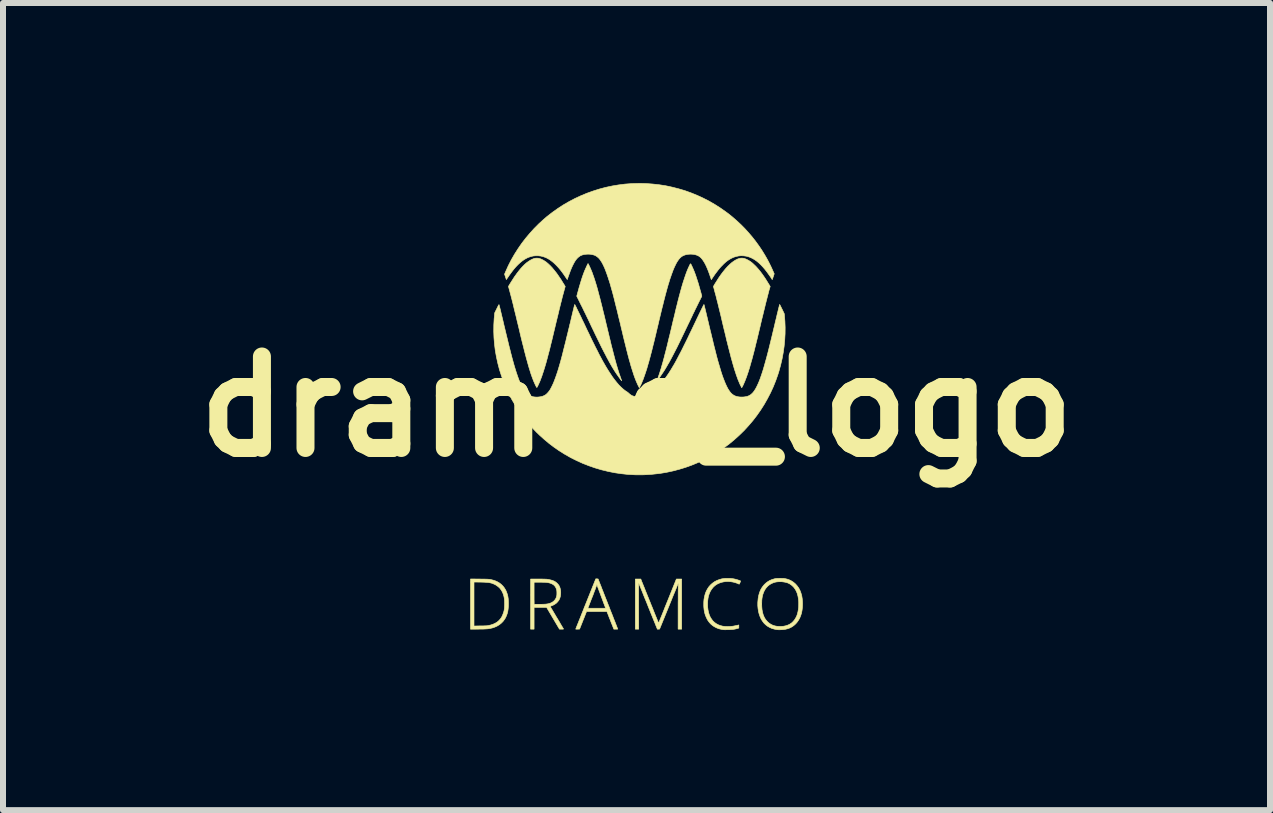
<source format=kicad_pcb>
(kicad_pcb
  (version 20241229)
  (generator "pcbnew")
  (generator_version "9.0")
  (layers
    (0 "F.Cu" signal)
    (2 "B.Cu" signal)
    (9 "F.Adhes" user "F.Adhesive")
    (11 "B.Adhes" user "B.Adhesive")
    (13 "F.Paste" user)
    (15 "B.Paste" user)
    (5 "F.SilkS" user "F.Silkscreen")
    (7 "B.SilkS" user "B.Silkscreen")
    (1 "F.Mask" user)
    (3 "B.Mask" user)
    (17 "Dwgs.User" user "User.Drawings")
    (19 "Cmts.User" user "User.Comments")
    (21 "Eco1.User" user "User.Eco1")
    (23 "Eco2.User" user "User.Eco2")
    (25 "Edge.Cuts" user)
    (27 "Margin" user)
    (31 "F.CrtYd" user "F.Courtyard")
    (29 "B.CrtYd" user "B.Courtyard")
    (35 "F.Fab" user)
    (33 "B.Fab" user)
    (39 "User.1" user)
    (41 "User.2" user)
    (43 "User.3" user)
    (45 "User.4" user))
  (footprint "dramco_logo"
    (layer "F.Cu")
    (at 7.555 3.724)
    (property "Reference" "dramco_logo" (at 0 0 0) (layer "F.SilkS") (effects (font (size 1.524 1.524) (thickness 0.3))))
    (attr through_hole)
    (fp_poly (pts (xy -0.806 -2.38) (xy -0.802 -2.374) (xy -0.797 -2.365) (xy -0.791 -2.352) (xy -0.784 -2.338) (xy -0.777 -2.323) (xy -0.77 -2.307) (xy -0.763 -2.291) (xy -0.756 -2.275) (xy -0.751 -2.262) (xy -0.74 -2.236) (xy -0.731 -2.21) (xy -0.721 -2.182) (xy -0.711 -2.154) (xy -0.701 -2.124) (xy -0.691 -2.093) (xy -0.681 -2.06) (xy -0.67 -2.025) (xy -0.659 -1.987) (xy -0.648 -1.948) (xy -0.637 -1.905) (xy -0.625 -1.86) (xy -0.612 -1.812) (xy -0.599 -1.76) (xy -0.585 -1.705) (xy -0.57 -1.645) (xy -0.555 -1.582) (xy -0.538 -1.515) (xy -0.521 -1.443) (xy -0.503 -1.366) (xy -0.5 -1.356) (xy -0.484 -1.287) (xy -0.468 -1.222) (xy -0.454 -1.162) (xy -0.44 -1.106) (xy -0.428 -1.054) (xy -0.416 -1.005) (xy -0.404 -0.96) (xy -0.393 -0.917) (xy -0.383 -0.877) (xy -0.373 -0.84) (xy -0.364 -0.805) (xy -0.355 -0.771) (xy -0.346 -0.74) (xy -0.338 -0.709) (xy -0.329 -0.68) (xy -0.321 -0.651) (xy -0.312 -0.623) (xy -0.306 -0.602) (xy -0.299 -0.581) (xy -0.292 -0.558) (xy -0.284 -0.535) (xy -0.276 -0.513) (xy -0.269 -0.492) (xy -0.262 -0.473) (xy -0.257 -0.457) (xy -0.252 -0.444) (xy -0.25 -0.441) (xy -0.248 -0.435) (xy -0.247 -0.431) (xy -0.247 -0.43) (xy -0.249 -0.432) (xy -0.253 -0.437) (xy -0.26 -0.445) (xy -0.268 -0.455) (xy -0.277 -0.467) (xy -0.278 -0.468) (xy -0.296 -0.493) (xy -0.315 -0.52) (xy -0.334 -0.547) (xy -0.353 -0.575) (xy -0.372 -0.605) (xy -0.391 -0.636) (xy -0.411 -0.669) (xy -0.431 -0.704) (xy -0.452 -0.741) (xy -0.473 -0.78) (xy -0.496 -0.822) (xy -0.519 -0.867) (xy -0.544 -0.914) (xy -0.57 -0.965) (xy -0.597 -1.019) (xy -0.625 -1.077) (xy -0.655 -1.138) (xy -0.687 -1.203) (xy -0.72 -1.273) (xy -0.756 -1.347) (xy -0.766 -1.369) (xy -0.782 -1.403) (xy -0.799 -1.439) (xy -0.817 -1.476) (xy -0.835 -1.513) (xy -0.853 -1.551) (xy -0.871 -1.587) (xy -0.888 -1.622) (xy -0.903 -1.654) (xy -0.918 -1.682) (xy -0.927 -1.7) (xy -0.996 -1.84) (xy -0.98 -1.899) (xy -0.96 -1.972) (xy -0.94 -2.04) (xy -0.921 -2.103) (xy -0.902 -2.162) (xy -0.883 -2.215) (xy -0.867 -2.257) (xy -0.862 -2.269) (xy -0.856 -2.282) (xy -0.85 -2.297) (xy -0.842 -2.313) (xy -0.835 -2.329) (xy -0.828 -2.344) (xy -0.822 -2.357) (xy -0.816 -2.368) (xy -0.812 -2.377) (xy -0.809 -2.382) (xy -0.808 -2.383) (xy -0.806 -2.38)) (stroke (width 0.01) (type solid)) (fill yes) (layer "F.SilkS"))
    (fp_poly (pts (xy -2.619 2.873) (xy -2.586 2.874) (xy -2.558 2.874) (xy -2.533 2.874) (xy -2.512 2.875) (xy -2.494 2.875) (xy -2.479 2.876) (xy -2.466 2.877) (xy -2.454 2.878) (xy -2.443 2.879) (xy -2.433 2.881) (xy -2.423 2.883) (xy -2.412 2.886) (xy -2.401 2.889) (xy -2.397 2.889) (xy -2.356 2.902) (xy -2.318 2.919) (xy -2.284 2.939) (xy -2.253 2.963) (xy -2.225 2.991) (xy -2.201 3.022) (xy -2.18 3.057) (xy -2.179 3.058) (xy -2.165 3.091) (xy -2.153 3.125) (xy -2.144 3.16) (xy -2.138 3.198) (xy -2.135 3.24) (xy -2.134 3.281) (xy -2.135 3.329) (xy -2.139 3.373) (xy -2.145 3.413) (xy -2.155 3.451) (xy -2.168 3.486) (xy -2.183 3.519) (xy -2.202 3.549) (xy -2.225 3.58) (xy -2.253 3.608) (xy -2.284 3.633) (xy -2.318 3.654) (xy -2.356 3.672) (xy -2.396 3.686) (xy -2.424 3.693) (xy -2.437 3.696) (xy -2.45 3.698) (xy -2.462 3.7) (xy -2.474 3.702) (xy -2.487 3.703) (xy -2.502 3.704) (xy -2.518 3.705) (xy -2.537 3.706) (xy -2.558 3.707) (xy -2.583 3.707) (xy -2.613 3.707) (xy -2.636 3.708) (xy -2.766 3.709) (xy -2.766 3.656) (xy -2.708 3.656) (xy -2.603 3.654) (xy -2.576 3.654) (xy -2.554 3.654) (xy -2.535 3.653) (xy -2.52 3.653) (xy -2.508 3.652) (xy -2.498 3.652) (xy -2.489 3.651) (xy -2.481 3.65) (xy -2.473 3.648) (xy -2.47 3.648) (xy -2.427 3.638) (xy -2.388 3.625) (xy -2.354 3.609) (xy -2.322 3.59) (xy -2.295 3.567) (xy -2.271 3.541) (xy -2.25 3.512) (xy -2.233 3.478) (xy -2.219 3.441) (xy -2.218 3.438) (xy -2.212 3.419) (xy -2.207 3.4) (xy -2.204 3.382) (xy -2.201 3.362) (xy -2.2 3.341) (xy -2.199 3.316) (xy -2.198 3.287) (xy -2.198 3.287) (xy -2.199 3.263) (xy -2.199 3.243) (xy -2.2 3.226) (xy -2.201 3.212) (xy -2.203 3.198) (xy -2.205 3.184) (xy -2.208 3.17) (xy -2.211 3.156) (xy -2.223 3.118) (xy -2.239 3.082) (xy -2.258 3.051) (xy -2.281 3.022) (xy -2.308 2.998) (xy -2.338 2.977) (xy -2.354 2.967) (xy -2.371 2.959) (xy -2.388 2.952) (xy -2.404 2.945) (xy -2.422 2.94) (xy -2.44 2.936) (xy -2.46 2.932) (xy -2.482 2.93) (xy -2.507 2.928) (xy -2.536 2.926) (xy -2.568 2.925) (xy -2.605 2.924) (xy -2.607 2.924) (xy -2.708 2.923) (xy -2.708 3.656) (xy -2.766 3.656) (xy -2.766 2.872) (xy -2.619 2.873)) (stroke (width 0.01) (type solid)) (fill yes) (layer "F.SilkS"))
    (fp_poly (pts (xy -1.632 -2.471) (xy -1.606 -2.464) (xy -1.578 -2.452) (xy -1.549 -2.437) (xy -1.538 -2.43) (xy -1.505 -2.408) (xy -1.472 -2.38) (xy -1.438 -2.348) (xy -1.403 -2.311) (xy -1.368 -2.268) (xy -1.331 -2.222) (xy -1.295 -2.17) (xy -1.257 -2.114) (xy -1.22 -2.053) (xy -1.216 -2.048) (xy -1.188 -2.001) (xy -1.195 -1.976) (xy -1.203 -1.948) (xy -1.211 -1.918) (xy -1.22 -1.884) (xy -1.23 -1.849) (xy -1.24 -1.81) (xy -1.25 -1.768) (xy -1.262 -1.723) (xy -1.274 -1.674) (xy -1.287 -1.622) (xy -1.3 -1.565) (xy -1.315 -1.504) (xy -1.331 -1.439) (xy -1.348 -1.369) (xy -1.353 -1.347) (xy -1.37 -1.276) (xy -1.386 -1.209) (xy -1.401 -1.146) (xy -1.415 -1.087) (xy -1.429 -1.033) (xy -1.441 -0.982) (xy -1.453 -0.934) (xy -1.465 -0.89) (xy -1.476 -0.848) (xy -1.486 -0.809) (xy -1.496 -0.773) (xy -1.505 -0.738) (xy -1.515 -0.705) (xy -1.524 -0.674) (xy -1.533 -0.644) (xy -1.542 -0.615) (xy -1.551 -0.587) (xy -1.56 -0.559) (xy -1.561 -0.558) (xy -1.568 -0.536) (xy -1.575 -0.514) (xy -1.583 -0.492) (xy -1.591 -0.471) (xy -1.598 -0.453) (xy -1.602 -0.441) (xy -1.609 -0.424) (xy -1.616 -0.407) (xy -1.624 -0.39) (xy -1.632 -0.373) (xy -1.639 -0.357) (xy -1.646 -0.343) (xy -1.652 -0.332) (xy -1.657 -0.323) (xy -1.66 -0.318) (xy -1.661 -0.318) (xy -1.663 -0.32) (xy -1.667 -0.326) (xy -1.672 -0.334) (xy -1.678 -0.345) (xy -1.68 -0.35) (xy -1.691 -0.372) (xy -1.701 -0.395) (xy -1.712 -0.419) (xy -1.722 -0.444) (xy -1.732 -0.471) (xy -1.743 -0.5) (xy -1.754 -0.531) (xy -1.765 -0.564) (xy -1.776 -0.6) (xy -1.788 -0.638) (xy -1.8 -0.679) (xy -1.812 -0.722) (xy -1.825 -0.769) (xy -1.839 -0.819) (xy -1.853 -0.873) (xy -1.868 -0.93) (xy -1.883 -0.992) (xy -1.9 -1.057) (xy -1.917 -1.126) (xy -1.935 -1.2) (xy -1.953 -1.279) (xy -1.972 -1.358) (xy -1.991 -1.435) (xy -2.008 -1.508) (xy -2.025 -1.576) (xy -2.041 -1.641) (xy -2.055 -1.701) (xy -2.069 -1.756) (xy -2.082 -1.807) (xy -2.094 -1.853) (xy -2.105 -1.894) (xy -2.112 -1.921) (xy -2.134 -2.002) (xy -2.106 -2.049) (xy -2.068 -2.109) (xy -2.032 -2.165) (xy -1.996 -2.215) (xy -1.961 -2.261) (xy -1.927 -2.302) (xy -1.894 -2.338) (xy -1.861 -2.371) (xy -1.828 -2.399) (xy -1.797 -2.421) (xy -1.767 -2.44) (xy -1.738 -2.455) (xy -1.711 -2.466) (xy -1.684 -2.472) (xy -1.658 -2.473) (xy -1.632 -2.471)) (stroke (width 0.01) (type solid)) (fill yes) (layer "F.SilkS"))
    (fp_poly (pts (xy 0.904 -2.376) (xy 0.908 -2.37) (xy 0.913 -2.36) (xy 0.915 -2.356) (xy 0.93 -2.324) (xy 0.946 -2.288) (xy 0.962 -2.25) (xy 0.978 -2.207) (xy 0.994 -2.161) (xy 1.01 -2.111) (xy 1.028 -2.056) (xy 1.045 -1.996) (xy 1.063 -1.932) (xy 1.066 -1.923) (xy 1.071 -1.904) (xy 1.076 -1.886) (xy 1.08 -1.87) (xy 1.083 -1.857) (xy 1.086 -1.848) (xy 1.087 -1.842) (xy 1.087 -1.841) (xy 1.086 -1.837) (xy 1.083 -1.83) (xy 1.078 -1.819) (xy 1.071 -1.806) (xy 1.064 -1.791) (xy 1.055 -1.774) (xy 1.054 -1.772) (xy 1.044 -1.752) (xy 1.033 -1.73) (xy 1.021 -1.705) (xy 1.008 -1.679) (xy 0.994 -1.65) (xy 0.978 -1.619) (xy 0.962 -1.584) (xy 0.943 -1.547) (xy 0.924 -1.505) (xy 0.902 -1.46) (xy 0.879 -1.411) (xy 0.853 -1.358) (xy 0.847 -1.345) (xy 0.813 -1.274) (xy 0.781 -1.207) (xy 0.751 -1.145) (xy 0.723 -1.087) (xy 0.696 -1.032) (xy 0.671 -0.981) (xy 0.646 -0.933) (xy 0.623 -0.888) (xy 0.601 -0.846) (xy 0.58 -0.806) (xy 0.56 -0.769) (xy 0.541 -0.734) (xy 0.521 -0.701) (xy 0.503 -0.669) (xy 0.485 -0.639) (xy 0.467 -0.609) (xy 0.449 -0.581) (xy 0.433 -0.558) (xy 0.421 -0.539) (xy 0.408 -0.521) (xy 0.396 -0.503) (xy 0.384 -0.487) (xy 0.373 -0.471) (xy 0.363 -0.458) (xy 0.354 -0.447) (xy 0.348 -0.439) (xy 0.343 -0.434) (xy 0.341 -0.432) (xy 0.34 -0.432) (xy 0.341 -0.435) (xy 0.344 -0.442) (xy 0.347 -0.451) (xy 0.351 -0.463) (xy 0.354 -0.47) (xy 0.363 -0.495) (xy 0.372 -0.521) (xy 0.381 -0.547) (xy 0.39 -0.575) (xy 0.399 -0.604) (xy 0.409 -0.635) (xy 0.418 -0.667) (xy 0.428 -0.702) (xy 0.439 -0.739) (xy 0.449 -0.778) (xy 0.461 -0.82) (xy 0.472 -0.865) (xy 0.485 -0.913) (xy 0.498 -0.965) (xy 0.512 -1.02) (xy 0.526 -1.079) (xy 0.541 -1.142) (xy 0.558 -1.209) (xy 0.575 -1.281) (xy 0.593 -1.357) (xy 0.597 -1.374) (xy 0.61 -1.43) (xy 0.624 -1.486) (xy 0.637 -1.539) (xy 0.649 -1.591) (xy 0.661 -1.641) (xy 0.673 -1.688) (xy 0.684 -1.732) (xy 0.694 -1.773) (xy 0.704 -1.81) (xy 0.712 -1.843) (xy 0.718 -1.864) (xy 0.738 -1.938) (xy 0.757 -2.006) (xy 0.776 -2.069) (xy 0.795 -2.127) (xy 0.813 -2.181) (xy 0.83 -2.229) (xy 0.847 -2.273) (xy 0.864 -2.312) (xy 0.88 -2.346) (xy 0.881 -2.349) (xy 0.888 -2.363) (xy 0.893 -2.372) (xy 0.897 -2.378) (xy 0.9 -2.379) (xy 0.904 -2.376)) (stroke (width 0.01) (type solid)) (fill yes) (layer "F.SilkS"))
    (fp_poly (pts (xy 1.551 2.862) (xy 1.578 2.864) (xy 1.604 2.867) (xy 1.63 2.872) (xy 1.655 2.878) (xy 1.667 2.881) (xy 1.68 2.885) (xy 1.694 2.89) (xy 1.707 2.894) (xy 1.718 2.899) (xy 1.727 2.902) (xy 1.733 2.905) (xy 1.733 2.906) (xy 1.733 2.908) (xy 1.731 2.915) (xy 1.728 2.923) (xy 1.724 2.933) (xy 1.72 2.942) (xy 1.716 2.95) (xy 1.713 2.956) (xy 1.712 2.957) (xy 1.709 2.958) (xy 1.703 2.956) (xy 1.698 2.953) (xy 1.685 2.947) (xy 1.668 2.941) (xy 1.65 2.935) (xy 1.631 2.929) (xy 1.613 2.925) (xy 1.61 2.924) (xy 1.568 2.917) (xy 1.526 2.914) (xy 1.486 2.915) (xy 1.447 2.921) (xy 1.409 2.93) (xy 1.374 2.943) (xy 1.341 2.959) (xy 1.311 2.979) (xy 1.284 3.003) (xy 1.272 3.016) (xy 1.248 3.047) (xy 1.228 3.08) (xy 1.212 3.117) (xy 1.199 3.155) (xy 1.191 3.197) (xy 1.185 3.243) (xy 1.184 3.291) (xy 1.185 3.34) (xy 1.191 3.387) (xy 1.2 3.43) (xy 1.212 3.469) (xy 1.228 3.506) (xy 1.248 3.538) (xy 1.27 3.568) (xy 1.296 3.593) (xy 1.325 3.615) (xy 1.357 3.633) (xy 1.392 3.647) (xy 1.43 3.657) (xy 1.44 3.659) (xy 1.478 3.663) (xy 1.518 3.664) (xy 1.56 3.663) (xy 1.604 3.659) (xy 1.647 3.651) (xy 1.68 3.644) (xy 1.704 3.638) (xy 1.704 3.69) (xy 1.686 3.695) (xy 1.662 3.702) (xy 1.64 3.707) (xy 1.618 3.711) (xy 1.595 3.714) (xy 1.57 3.715) (xy 1.541 3.717) (xy 1.518 3.717) (xy 1.5 3.717) (xy 1.484 3.718) (xy 1.469 3.718) (xy 1.458 3.717) (xy 1.45 3.717) (xy 1.448 3.717) (xy 1.442 3.716) (xy 1.432 3.714) (xy 1.42 3.712) (xy 1.412 3.711) (xy 1.371 3.701) (xy 1.332 3.686) (xy 1.297 3.668) (xy 1.264 3.646) (xy 1.234 3.62) (xy 1.208 3.59) (xy 1.184 3.556) (xy 1.165 3.519) (xy 1.148 3.479) (xy 1.135 3.436) (xy 1.126 3.389) (xy 1.123 3.361) (xy 1.121 3.341) (xy 1.12 3.319) (xy 1.12 3.294) (xy 1.12 3.269) (xy 1.121 3.246) (xy 1.123 3.224) (xy 1.124 3.21) (xy 1.133 3.163) (xy 1.145 3.118) (xy 1.161 3.077) (xy 1.181 3.039) (xy 1.204 3.004) (xy 1.232 2.972) (xy 1.262 2.945) (xy 1.296 2.92) (xy 1.333 2.9) (xy 1.373 2.884) (xy 1.416 2.871) (xy 1.451 2.865) (xy 1.46 2.864) (xy 1.474 2.863) (xy 1.489 2.862) (xy 1.507 2.862) (xy 1.52 2.862) (xy 1.551 2.862)) (stroke (width 0.01) (type solid)) (fill yes) (layer "F.SilkS"))
    (fp_poly (pts (xy 1.788 -2.47) (xy 1.813 -2.462) (xy 1.838 -2.451) (xy 1.866 -2.436) (xy 1.894 -2.419) (xy 1.921 -2.399) (xy 1.948 -2.375) (xy 1.977 -2.347) (xy 1.983 -2.342) (xy 2.011 -2.311) (xy 2.039 -2.279) (xy 2.067 -2.244) (xy 2.095 -2.206) (xy 2.124 -2.165) (xy 2.154 -2.12) (xy 2.185 -2.07) (xy 2.201 -2.044) (xy 2.227 -2.001) (xy 2.222 -1.985) (xy 2.216 -1.966) (xy 2.209 -1.942) (xy 2.201 -1.913) (xy 2.193 -1.88) (xy 2.183 -1.842) (xy 2.172 -1.799) (xy 2.16 -1.752) (xy 2.147 -1.701) (xy 2.134 -1.646) (xy 2.119 -1.586) (xy 2.104 -1.523) (xy 2.087 -1.456) (xy 2.07 -1.384) (xy 2.065 -1.361) (xy 2.048 -1.29) (xy 2.032 -1.223) (xy 2.017 -1.16) (xy 2.003 -1.102) (xy 1.989 -1.047) (xy 1.977 -0.997) (xy 1.965 -0.949) (xy 1.954 -0.905) (xy 1.943 -0.864) (xy 1.933 -0.825) (xy 1.923 -0.788) (xy 1.913 -0.754) (xy 1.904 -0.722) (xy 1.895 -0.691) (xy 1.887 -0.661) (xy 1.878 -0.632) (xy 1.869 -0.605) (xy 1.861 -0.577) (xy 1.856 -0.564) (xy 1.844 -0.528) (xy 1.832 -0.493) (xy 1.819 -0.46) (xy 1.807 -0.428) (xy 1.794 -0.398) (xy 1.783 -0.372) (xy 1.772 -0.349) (xy 1.763 -0.332) (xy 1.753 -0.314) (xy 1.744 -0.331) (xy 1.732 -0.354) (xy 1.719 -0.381) (xy 1.706 -0.413) (xy 1.691 -0.448) (xy 1.677 -0.487) (xy 1.662 -0.528) (xy 1.648 -0.572) (xy 1.633 -0.617) (xy 1.619 -0.664) (xy 1.617 -0.671) (xy 1.604 -0.716) (xy 1.59 -0.766) (xy 1.575 -0.82) (xy 1.56 -0.879) (xy 1.544 -0.941) (xy 1.532 -0.988) (xy 1.527 -1.008) (xy 1.522 -1.028) (xy 1.517 -1.046) (xy 1.513 -1.065) (xy 1.508 -1.083) (xy 1.503 -1.102) (xy 1.498 -1.122) (xy 1.493 -1.144) (xy 1.488 -1.167) (xy 1.482 -1.193) (xy 1.475 -1.22) (xy 1.468 -1.251) (xy 1.459 -1.285) (xy 1.45 -1.323) (xy 1.44 -1.365) (xy 1.429 -1.411) (xy 1.427 -1.42) (xy 1.411 -1.49) (xy 1.395 -1.556) (xy 1.38 -1.617) (xy 1.366 -1.674) (xy 1.353 -1.728) (xy 1.34 -1.777) (xy 1.329 -1.823) (xy 1.318 -1.865) (xy 1.307 -1.904) (xy 1.297 -1.941) (xy 1.291 -1.965) (xy 1.281 -2) (xy 1.288 -2.014) (xy 1.296 -2.028) (xy 1.306 -2.045) (xy 1.318 -2.064) (xy 1.331 -2.084) (xy 1.344 -2.105) (xy 1.357 -2.126) (xy 1.369 -2.144) (xy 1.372 -2.149) (xy 1.409 -2.202) (xy 1.446 -2.251) (xy 1.482 -2.295) (xy 1.517 -2.334) (xy 1.552 -2.368) (xy 1.586 -2.398) (xy 1.619 -2.422) (xy 1.631 -2.43) (xy 1.66 -2.447) (xy 1.688 -2.46) (xy 1.714 -2.468) (xy 1.739 -2.473) (xy 1.763 -2.473) (xy 1.788 -2.47)) (stroke (width 0.01) (type solid)) (fill yes) (layer "F.SilkS"))
    (fp_poly (pts (xy -1.649 2.873) (xy -1.624 2.873) (xy -1.599 2.873) (xy -1.576 2.873) (xy -1.555 2.874) (xy -1.536 2.874) (xy -1.52 2.875) (xy -1.509 2.875) (xy -1.504 2.875) (xy -1.466 2.88) (xy -1.431 2.888) (xy -1.399 2.897) (xy -1.371 2.909) (xy -1.358 2.916) (xy -1.344 2.926) (xy -1.329 2.938) (xy -1.315 2.952) (xy -1.302 2.967) (xy -1.292 2.98) (xy -1.29 2.985) (xy -1.278 3.011) (xy -1.269 3.04) (xy -1.264 3.071) (xy -1.263 3.103) (xy -1.265 3.135) (xy -1.27 3.166) (xy -1.279 3.195) (xy -1.28 3.198) (xy -1.294 3.226) (xy -1.313 3.251) (xy -1.335 3.274) (xy -1.362 3.293) (xy -1.392 3.31) (xy -1.42 3.321) (xy -1.429 3.324) (xy -1.435 3.327) (xy -1.438 3.33) (xy -1.438 3.33) (xy -1.437 3.333) (xy -1.433 3.339) (xy -1.427 3.35) (xy -1.419 3.363) (xy -1.409 3.38) (xy -1.397 3.4) (xy -1.384 3.422) (xy -1.37 3.446) (xy -1.355 3.471) (xy -1.339 3.499) (xy -1.327 3.518) (xy -1.31 3.546) (xy -1.294 3.573) (xy -1.279 3.598) (xy -1.266 3.622) (xy -1.253 3.643) (xy -1.242 3.662) (xy -1.233 3.677) (xy -1.225 3.69) (xy -1.22 3.699) (xy -1.217 3.704) (xy -1.217 3.706) (xy -1.219 3.707) (xy -1.226 3.708) (xy -1.238 3.708) (xy -1.25 3.708) (xy -1.284 3.708) (xy -1.498 3.346) (xy -1.603 3.346) (xy -1.707 3.345) (xy -1.707 3.708) (xy -1.765 3.708) (xy -1.765 3.109) (xy -1.707 3.109) (xy -1.707 3.139) (xy -1.707 3.167) (xy -1.707 3.194) (xy -1.707 3.218) (xy -1.706 3.24) (xy -1.706 3.258) (xy -1.706 3.273) (xy -1.706 3.284) (xy -1.705 3.291) (xy -1.705 3.293) (xy -1.702 3.293) (xy -1.695 3.294) (xy -1.684 3.294) (xy -1.669 3.294) (xy -1.653 3.294) (xy -1.635 3.294) (xy -1.616 3.294) (xy -1.597 3.294) (xy -1.578 3.294) (xy -1.56 3.293) (xy -1.544 3.293) (xy -1.53 3.292) (xy -1.523 3.292) (xy -1.488 3.288) (xy -1.458 3.282) (xy -1.431 3.273) (xy -1.407 3.261) (xy -1.386 3.247) (xy -1.374 3.236) (xy -1.359 3.219) (xy -1.348 3.203) (xy -1.339 3.184) (xy -1.333 3.166) (xy -1.331 3.157) (xy -1.329 3.149) (xy -1.328 3.14) (xy -1.327 3.128) (xy -1.327 3.114) (xy -1.327 3.106) (xy -1.327 3.09) (xy -1.328 3.077) (xy -1.329 3.067) (xy -1.33 3.058) (xy -1.332 3.05) (xy -1.333 3.047) (xy -1.342 3.022) (xy -1.354 3) (xy -1.369 2.982) (xy -1.387 2.966) (xy -1.409 2.954) (xy -1.435 2.943) (xy -1.46 2.936) (xy -1.473 2.934) (xy -1.487 2.931) (xy -1.503 2.93) (xy -1.52 2.928) (xy -1.54 2.927) (xy -1.564 2.927) (xy -1.591 2.926) (xy -1.622 2.926) (xy -1.707 2.926) (xy -1.707 3.109) (xy -1.765 3.109) (xy -1.765 2.873) (xy -1.649 2.873)) (stroke (width 0.01) (type solid)) (fill yes) (layer "F.SilkS"))
    (fp_poly (pts (xy 0.082 2.901) (xy 0.089 2.92) (xy 0.098 2.941) (xy 0.108 2.966) (xy 0.119 2.993) (xy 0.131 3.022) (xy 0.143 3.053) (xy 0.156 3.086) (xy 0.17 3.12) (xy 0.184 3.155) (xy 0.199 3.191) (xy 0.213 3.227) (xy 0.228 3.263) (xy 0.242 3.299) (xy 0.257 3.335) (xy 0.271 3.369) (xy 0.284 3.403) (xy 0.297 3.435) (xy 0.309 3.465) (xy 0.32 3.493) (xy 0.331 3.518) (xy 0.34 3.541) (xy 0.348 3.561) (xy 0.355 3.577) (xy 0.36 3.59) (xy 0.364 3.599) (xy 0.365 3.603) (xy 0.366 3.604) (xy 0.366 3.605) (xy 0.366 3.606) (xy 0.366 3.607) (xy 0.366 3.607) (xy 0.367 3.608) (xy 0.367 3.607) (xy 0.368 3.606) (xy 0.369 3.604) (xy 0.371 3.6) (xy 0.373 3.595) (xy 0.376 3.588) (xy 0.379 3.58) (xy 0.384 3.569) (xy 0.389 3.556) (xy 0.396 3.54) (xy 0.403 3.522) (xy 0.412 3.5) (xy 0.422 3.476) (xy 0.433 3.448) (xy 0.446 3.416) (xy 0.46 3.381) (xy 0.475 3.342) (xy 0.493 3.298) (xy 0.512 3.251) (xy 0.521 3.229) (xy 0.664 2.873) (xy 0.752 2.873) (xy 0.752 3.708) (xy 0.693 3.708) (xy 0.693 3.371) (xy 0.693 3.315) (xy 0.693 3.265) (xy 0.694 3.218) (xy 0.694 3.176) (xy 0.694 3.139) (xy 0.694 3.105) (xy 0.694 3.076) (xy 0.695 3.049) (xy 0.695 3.026) (xy 0.696 3.007) (xy 0.696 2.99) (xy 0.697 2.976) (xy 0.698 2.964) (xy 0.698 2.955) (xy 0.699 2.948) (xy 0.7 2.946) (xy 0.7 2.94) (xy 0.698 2.939) (xy 0.697 2.942) (xy 0.694 2.949) (xy 0.689 2.96) (xy 0.683 2.975) (xy 0.675 2.993) (xy 0.666 3.016) (xy 0.655 3.041) (xy 0.644 3.07) (xy 0.631 3.101) (xy 0.617 3.134) (xy 0.602 3.17) (xy 0.587 3.208) (xy 0.571 3.248) (xy 0.554 3.289) (xy 0.54 3.324) (xy 0.384 3.707) (xy 0.348 3.709) (xy 0.342 3.695) (xy 0.34 3.691) (xy 0.337 3.683) (xy 0.332 3.671) (xy 0.325 3.654) (xy 0.317 3.634) (xy 0.308 3.611) (xy 0.297 3.584) (xy 0.285 3.555) (xy 0.272 3.523) (xy 0.258 3.488) (xy 0.243 3.452) (xy 0.228 3.414) (xy 0.212 3.374) (xy 0.195 3.333) (xy 0.187 3.311) (xy 0.17 3.269) (xy 0.154 3.229) (xy 0.138 3.191) (xy 0.123 3.154) (xy 0.109 3.119) (xy 0.096 3.086) (xy 0.084 3.056) (xy 0.073 3.029) (xy 0.063 3.005) (xy 0.055 2.984) (xy 0.048 2.967) (xy 0.042 2.954) (xy 0.038 2.944) (xy 0.036 2.939) (xy 0.036 2.938) (xy 0.036 2.941) (xy 0.035 2.948) (xy 0.035 2.959) (xy 0.035 2.975) (xy 0.035 2.995) (xy 0.035 3.019) (xy 0.035 3.046) (xy 0.035 3.076) (xy 0.035 3.109) (xy 0.035 3.145) (xy 0.035 3.183) (xy 0.035 3.223) (xy 0.035 3.264) (xy 0.035 3.308) (xy 0.035 3.322) (xy 0.036 3.708) (xy -0.02 3.708) (xy -0.02 2.873) (xy 0.071 2.873) (xy 0.082 2.901)) (stroke (width 0.01) (type solid)) (fill yes) (layer "F.SilkS"))
    (fp_poly (pts (xy -0.649 2.871) (xy -0.642 2.872) (xy -0.639 2.873) (xy -0.638 2.876) (xy -0.636 2.883) (xy -0.631 2.895) (xy -0.625 2.91) (xy -0.618 2.929) (xy -0.609 2.952) (xy -0.598 2.978) (xy -0.587 3.007) (xy -0.575 3.039) (xy -0.561 3.073) (xy -0.547 3.11) (xy -0.532 3.148) (xy -0.516 3.189) (xy -0.499 3.231) (xy -0.482 3.274) (xy -0.477 3.288) (xy -0.459 3.332) (xy -0.443 3.375) (xy -0.427 3.416) (xy -0.411 3.455) (xy -0.396 3.493) (xy -0.383 3.528) (xy -0.37 3.56) (xy -0.358 3.59) (xy -0.348 3.617) (xy -0.338 3.641) (xy -0.33 3.662) (xy -0.324 3.678) (xy -0.319 3.691) (xy -0.315 3.7) (xy -0.314 3.704) (xy -0.313 3.704) (xy -0.313 3.706) (xy -0.315 3.707) (xy -0.319 3.708) (xy -0.326 3.708) (xy -0.337 3.708) (xy -0.345 3.708) (xy -0.378 3.708) (xy -0.408 3.632) (xy -0.418 3.608) (xy -0.428 3.582) (xy -0.438 3.555) (xy -0.449 3.529) (xy -0.459 3.504) (xy -0.466 3.484) (xy -0.494 3.414) (xy -0.664 3.414) (xy -0.833 3.415) (xy -0.891 3.561) (xy -0.949 3.707) (xy -0.981 3.708) (xy -0.995 3.708) (xy -1.004 3.708) (xy -1.009 3.708) (xy -1.012 3.707) (xy -1.013 3.706) (xy -1.012 3.704) (xy -1.011 3.701) (xy -1.008 3.694) (xy -1.004 3.682) (xy -0.998 3.667) (xy -0.99 3.648) (xy -0.981 3.625) (xy -0.97 3.599) (xy -0.959 3.57) (xy -0.946 3.538) (xy -0.932 3.504) (xy -0.918 3.467) (xy -0.902 3.428) (xy -0.886 3.388) (xy -0.874 3.357) (xy -0.81 3.357) (xy -0.809 3.358) (xy -0.807 3.358) (xy -0.804 3.359) (xy -0.799 3.359) (xy -0.791 3.36) (xy -0.781 3.36) (xy -0.768 3.36) (xy -0.751 3.36) (xy -0.731 3.36) (xy -0.707 3.36) (xy -0.678 3.36) (xy -0.663 3.36) (xy -0.633 3.36) (xy -0.606 3.36) (xy -0.582 3.36) (xy -0.561 3.36) (xy -0.543 3.36) (xy -0.53 3.359) (xy -0.521 3.359) (xy -0.516 3.358) (xy -0.516 3.358) (xy -0.516 3.355) (xy -0.519 3.348) (xy -0.523 3.337) (xy -0.528 3.323) (xy -0.535 3.305) (xy -0.543 3.284) (xy -0.552 3.261) (xy -0.561 3.235) (xy -0.571 3.209) (xy -0.58 3.185) (xy -0.591 3.156) (xy -0.601 3.128) (xy -0.611 3.101) (xy -0.621 3.076) (xy -0.629 3.053) (xy -0.637 3.033) (xy -0.643 3.016) (xy -0.648 3.002) (xy -0.651 2.993) (xy -0.653 2.989) (xy -0.661 2.964) (xy -0.674 3.004) (xy -0.678 3.013) (xy -0.683 3.027) (xy -0.689 3.045) (xy -0.697 3.065) (xy -0.706 3.088) (xy -0.715 3.113) (xy -0.725 3.14) (xy -0.736 3.167) (xy -0.747 3.195) (xy -0.748 3.198) (xy -0.759 3.224) (xy -0.768 3.25) (xy -0.778 3.273) (xy -0.786 3.295) (xy -0.793 3.314) (xy -0.799 3.33) (xy -0.804 3.342) (xy -0.808 3.351) (xy -0.809 3.355) (xy -0.81 3.356) (xy -0.81 3.357) (xy -0.874 3.357) (xy -0.869 3.345) (xy -0.852 3.302) (xy -0.845 3.285) (xy -0.679 2.87) (xy -0.66 2.87) (xy -0.649 2.871)) (stroke (width 0.01) (type solid)) (fill yes) (layer "F.SilkS"))
    (fp_poly (pts (xy 2.414 2.862) (xy 2.431 2.862) (xy 2.444 2.862) (xy 2.456 2.863) (xy 2.466 2.865) (xy 2.473 2.866) (xy 2.512 2.875) (xy 2.548 2.888) (xy 2.58 2.904) (xy 2.61 2.923) (xy 2.638 2.946) (xy 2.651 2.958) (xy 2.678 2.989) (xy 2.703 3.024) (xy 2.723 3.062) (xy 2.739 3.104) (xy 2.752 3.148) (xy 2.76 3.196) (xy 2.765 3.248) (xy 2.766 3.288) (xy 2.764 3.342) (xy 2.758 3.393) (xy 2.749 3.44) (xy 2.735 3.484) (xy 2.718 3.525) (xy 2.696 3.563) (xy 2.671 3.598) (xy 2.649 3.622) (xy 2.619 3.649) (xy 2.587 3.671) (xy 2.552 3.689) (xy 2.514 3.702) (xy 2.473 3.712) (xy 2.43 3.717) (xy 2.389 3.718) (xy 2.375 3.718) (xy 2.363 3.718) (xy 2.353 3.717) (xy 2.347 3.717) (xy 2.346 3.717) (xy 2.302 3.709) (xy 2.26 3.698) (xy 2.223 3.682) (xy 2.188 3.663) (xy 2.156 3.639) (xy 2.127 3.612) (xy 2.102 3.58) (xy 2.079 3.545) (xy 2.073 3.533) (xy 2.056 3.495) (xy 2.042 3.454) (xy 2.031 3.41) (xy 2.024 3.363) (xy 2.02 3.315) (xy 2.02 3.289) (xy 2.085 3.289) (xy 2.087 3.339) (xy 2.091 3.384) (xy 2.099 3.426) (xy 2.109 3.464) (xy 2.123 3.499) (xy 2.139 3.53) (xy 2.16 3.559) (xy 2.183 3.585) (xy 2.184 3.586) (xy 2.211 3.609) (xy 2.24 3.628) (xy 2.271 3.643) (xy 2.306 3.654) (xy 2.338 3.66) (xy 2.352 3.661) (xy 2.369 3.662) (xy 2.389 3.662) (xy 2.409 3.662) (xy 2.428 3.661) (xy 2.444 3.66) (xy 2.452 3.659) (xy 2.49 3.651) (xy 2.525 3.639) (xy 2.557 3.623) (xy 2.586 3.603) (xy 2.611 3.579) (xy 2.634 3.551) (xy 2.654 3.518) (xy 2.668 3.49) (xy 2.68 3.457) (xy 2.689 3.42) (xy 2.696 3.381) (xy 2.701 3.34) (xy 2.702 3.297) (xy 2.702 3.254) (xy 2.698 3.212) (xy 2.692 3.171) (xy 2.686 3.144) (xy 2.675 3.107) (xy 2.66 3.072) (xy 2.643 3.042) (xy 2.622 3.013) (xy 2.609 2.999) (xy 2.584 2.976) (xy 2.557 2.957) (xy 2.527 2.941) (xy 2.495 2.93) (xy 2.46 2.923) (xy 2.422 2.918) (xy 2.394 2.918) (xy 2.365 2.918) (xy 2.34 2.92) (xy 2.317 2.924) (xy 2.294 2.93) (xy 2.282 2.934) (xy 2.249 2.948) (xy 2.218 2.966) (xy 2.19 2.988) (xy 2.165 3.014) (xy 2.143 3.044) (xy 2.125 3.077) (xy 2.116 3.098) (xy 2.105 3.128) (xy 2.097 3.159) (xy 2.091 3.192) (xy 2.087 3.227) (xy 2.086 3.266) (xy 2.085 3.289) (xy 2.02 3.289) (xy 2.02 3.267) (xy 2.022 3.241) (xy 2.027 3.191) (xy 2.036 3.145) (xy 2.048 3.102) (xy 2.063 3.063) (xy 2.082 3.027) (xy 2.105 2.994) (xy 2.129 2.965) (xy 2.157 2.939) (xy 2.188 2.916) (xy 2.22 2.897) (xy 2.256 2.882) (xy 2.296 2.87) (xy 2.309 2.867) (xy 2.319 2.865) (xy 2.328 2.864) (xy 2.337 2.863) (xy 2.348 2.862) (xy 2.361 2.862) (xy 2.378 2.862) (xy 2.393 2.861) (xy 2.414 2.862)) (stroke (width 0.01) (type solid)) (fill yes) (layer "F.SilkS"))
    (fp_poly (pts (xy 0.159 -3.716) (xy 0.269 -3.708) (xy 0.378 -3.696) (xy 0.487 -3.679) (xy 0.594 -3.656) (xy 0.7 -3.629) (xy 0.805 -3.598) (xy 0.908 -3.561) (xy 1.009 -3.52) (xy 1.109 -3.474) (xy 1.207 -3.424) (xy 1.302 -3.369) (xy 1.395 -3.31) (xy 1.486 -3.246) (xy 1.527 -3.216) (xy 1.599 -3.158) (xy 1.67 -3.096) (xy 1.74 -3.031) (xy 1.807 -2.963) (xy 1.871 -2.892) (xy 1.929 -2.824) (xy 1.983 -2.755) (xy 2.036 -2.682) (xy 2.087 -2.607) (xy 2.135 -2.529) (xy 2.169 -2.47) (xy 2.18 -2.45) (xy 2.193 -2.426) (xy 2.207 -2.399) (xy 2.221 -2.371) (xy 2.235 -2.343) (xy 2.248 -2.315) (xy 2.26 -2.289) (xy 2.27 -2.266) (xy 2.272 -2.262) (xy 2.294 -2.212) (xy 2.278 -2.164) (xy 2.261 -2.115) (xy 2.235 -2.156) (xy 2.201 -2.204) (xy 2.169 -2.248) (xy 2.137 -2.289) (xy 2.105 -2.326) (xy 2.073 -2.36) (xy 2.069 -2.364) (xy 2.035 -2.396) (xy 2.001 -2.424) (xy 1.968 -2.447) (xy 1.934 -2.467) (xy 1.911 -2.478) (xy 1.883 -2.49) (xy 1.856 -2.499) (xy 1.829 -2.506) (xy 1.8 -2.51) (xy 1.785 -2.512) (xy 1.743 -2.514) (xy 1.701 -2.51) (xy 1.659 -2.501) (xy 1.618 -2.488) (xy 1.577 -2.469) (xy 1.546 -2.451) (xy 1.526 -2.438) (xy 1.508 -2.425) (xy 1.49 -2.411) (xy 1.472 -2.395) (xy 1.452 -2.377) (xy 1.438 -2.362) (xy 1.41 -2.334) (xy 1.384 -2.305) (xy 1.359 -2.274) (xy 1.333 -2.24) (xy 1.306 -2.204) (xy 1.278 -2.163) (xy 1.276 -2.16) (xy 1.246 -2.115) (xy 1.23 -2.162) (xy 1.216 -2.204) (xy 1.202 -2.242) (xy 1.189 -2.276) (xy 1.176 -2.307) (xy 1.163 -2.337) (xy 1.149 -2.366) (xy 1.147 -2.37) (xy 1.129 -2.403) (xy 1.111 -2.431) (xy 1.094 -2.455) (xy 1.076 -2.476) (xy 1.057 -2.493) (xy 1.037 -2.507) (xy 1.022 -2.515) (xy 0.995 -2.526) (xy 0.965 -2.534) (xy 0.933 -2.538) (xy 0.901 -2.54) (xy 0.868 -2.538) (xy 0.836 -2.534) (xy 0.806 -2.526) (xy 0.779 -2.515) (xy 0.76 -2.505) (xy 0.741 -2.491) (xy 0.722 -2.473) (xy 0.703 -2.451) (xy 0.684 -2.424) (xy 0.665 -2.393) (xy 0.647 -2.357) (xy 0.628 -2.317) (xy 0.609 -2.272) (xy 0.594 -2.231) (xy 0.583 -2.202) (xy 0.573 -2.172) (xy 0.562 -2.141) (xy 0.551 -2.108) (xy 0.541 -2.073) (xy 0.529 -2.036) (xy 0.518 -1.997) (xy 0.506 -1.955) (xy 0.494 -1.91) (xy 0.481 -1.863) (xy 0.468 -1.812) (xy 0.454 -1.758) (xy 0.44 -1.7) (xy 0.424 -1.638) (xy 0.408 -1.572) (xy 0.391 -1.501) (xy 0.373 -1.426) (xy 0.366 -1.394) (xy 0.35 -1.328) (xy 0.335 -1.266) (xy 0.322 -1.209) (xy 0.309 -1.156) (xy 0.297 -1.106) (xy 0.286 -1.06) (xy 0.275 -1.018) (xy 0.265 -0.978) (xy 0.256 -0.94) (xy 0.247 -0.905) (xy 0.238 -0.872) (xy 0.23 -0.841) (xy 0.222 -0.811) (xy 0.214 -0.783) (xy 0.207 -0.755) (xy 0.199 -0.728) (xy 0.191 -0.701) (xy 0.185 -0.679) (xy 0.171 -0.631) (xy 0.156 -0.585) (xy 0.141 -0.54) (xy 0.126 -0.498) (xy 0.112 -0.458) (xy 0.097 -0.422) (xy 0.084 -0.389) (xy 0.071 -0.36) (xy 0.058 -0.336) (xy 0.055 -0.331) (xy 0.046 -0.314) (xy 0.04 -0.326) (xy 0.03 -0.344) (xy 0.019 -0.367) (xy 0.007 -0.394) (xy -0.006 -0.424) (xy -0.019 -0.456) (xy -0.032 -0.491) (xy -0.045 -0.527) (xy -0.057 -0.565) (xy -0.067 -0.596) (xy -0.076 -0.624) (xy -0.085 -0.653) (xy -0.094 -0.682) (xy -0.102 -0.712) (xy -0.111 -0.744) (xy -0.121 -0.777) (xy -0.13 -0.812) (xy -0.14 -0.849) (xy -0.15 -0.889) (xy -0.161 -0.931) (xy -0.172 -0.976) (xy -0.184 -1.024) (xy -0.197 -1.076) (xy -0.211 -1.132) (xy -0.225 -1.191) (xy -0.24 -1.255) (xy -0.257 -1.324) (xy -0.259 -1.334) (xy -0.276 -1.406) (xy -0.293 -1.474) (xy -0.308 -1.537) (xy -0.322 -1.596) (xy -0.336 -1.651) (xy -0.349 -1.703) (xy -0.361 -1.751) (xy -0.372 -1.796) (xy -0.383 -1.838) (xy -0.393 -1.877) (xy -0.403 -1.914) (xy -0.413 -1.949) (xy -0.422 -1.981) (xy -0.431 -2.013) (xy -0.439 -2.042) (xy -0.448 -2.071) (xy -0.457 -2.099) (xy -0.466 -2.126) (xy -0.474 -2.153) (xy -0.475 -2.154) (xy -0.493 -2.207) (xy -0.511 -2.256) (xy -0.528 -2.3) (xy -0.546 -2.34) (xy -0.563 -2.375) (xy -0.58 -2.406) (xy -0.598 -2.433) (xy -0.615 -2.457) (xy -0.633 -2.477) (xy -0.652 -2.493) (xy -0.671 -2.507) (xy -0.691 -2.518) (xy -0.706 -2.524) (xy -0.737 -2.532) (xy -0.77 -2.538) (xy -0.805 -2.54) (xy -0.84 -2.538) (xy -0.873 -2.534) (xy -0.904 -2.526) (xy -0.918 -2.52) (xy -0.93 -2.516) (xy -0.94 -2.51) (xy -0.951 -2.502) (xy -0.958 -2.497) (xy -0.977 -2.482) (xy -0.995 -2.463) (xy -1.013 -2.44) (xy -1.031 -2.413) (xy -1.048 -2.382) (xy -1.066 -2.347) (xy -1.084 -2.307) (xy -1.102 -2.263) (xy -1.12 -2.213) (xy -1.136 -2.17) (xy -1.154 -2.116) (xy -1.186 -2.163) (xy -1.214 -2.204) (xy -1.24 -2.24) (xy -1.266 -2.274) (xy -1.291 -2.304) (xy -1.317 -2.333) (xy -1.343 -2.36) (xy -1.353 -2.37) (xy -1.384 -2.399) (xy -1.415 -2.424) (xy -1.445 -2.446) (xy -1.475 -2.464) (xy -1.506 -2.48) (xy -1.513 -2.483) (xy -1.554 -2.498) (xy -1.595 -2.508) (xy -1.638 -2.513) (xy -1.68 -2.513) (xy -1.722 -2.509) (xy -1.764 -2.499) (xy -1.805 -2.485) (xy -1.83 -2.473) (xy -1.866 -2.453) (xy -1.901 -2.429) (xy -1.937 -2.4) (xy -1.973 -2.367) (xy -2.009 -2.33) (xy -2.046 -2.287) (xy -2.082 -2.24) (xy -2.12 -2.188) (xy -2.14 -2.158) (xy -2.149 -2.145) (xy -2.157 -2.134) (xy -2.163 -2.125) (xy -2.167 -2.119) (xy -2.169 -2.116) (xy -2.169 -2.116) (xy -2.17 -2.119) (xy -2.172 -2.125) (xy -2.175 -2.135) (xy -2.18 -2.148) (xy -2.184 -2.161) (xy -2.199 -2.206) (xy -2.18 -2.25) (xy -2.136 -2.348) (xy -2.087 -2.444) (xy -2.033 -2.538) (xy -1.975 -2.629) (xy -1.913 -2.719) (xy -1.847 -2.805) (xy -1.777 -2.888) (xy -1.704 -2.969) (xy -1.627 -3.046) (xy -1.547 -3.119) (xy -1.49 -3.168) (xy -1.402 -3.236) (xy -1.312 -3.3) (xy -1.22 -3.36) (xy -1.125 -3.415) (xy -1.028 -3.466) (xy -0.929 -3.512) (xy -0.828 -3.554) (xy -0.725 -3.591) (xy -0.621 -3.624) (xy -0.516 -3.652) (xy -0.409 -3.675) (xy -0.301 -3.693) (xy -0.192 -3.707) (xy -0.082 -3.715) (xy 0.028 -3.718) (xy 0.048 -3.719) (xy 0.159 -3.716)) (stroke (width 0.01) (type solid)) (fill yes) (layer "F.SilkS"))
    (fp_poly (pts (xy 1.123 -1.701) (xy 1.124 -1.7) (xy 1.125 -1.697) (xy 1.126 -1.693) (xy 1.128 -1.687) (xy 1.13 -1.68) (xy 1.132 -1.67) (xy 1.135 -1.657) (xy 1.139 -1.642) (xy 1.143 -1.625) (xy 1.148 -1.604) (xy 1.154 -1.58) (xy 1.161 -1.552) (xy 1.168 -1.52) (xy 1.177 -1.485) (xy 1.186 -1.445) (xy 1.197 -1.401) (xy 1.208 -1.352) (xy 1.209 -1.349) (xy 1.218 -1.311) (xy 1.227 -1.273) (xy 1.237 -1.234) (xy 1.246 -1.196) (xy 1.255 -1.158) (xy 1.264 -1.123) (xy 1.272 -1.089) (xy 1.279 -1.058) (xy 1.286 -1.03) (xy 1.292 -1.005) (xy 1.297 -0.987) (xy 1.317 -0.907) (xy 1.336 -0.832) (xy 1.355 -0.762) (xy 1.374 -0.697) (xy 1.392 -0.636) (xy 1.409 -0.579) (xy 1.426 -0.527) (xy 1.443 -0.479) (xy 1.46 -0.435) (xy 1.476 -0.395) (xy 1.492 -0.359) (xy 1.508 -0.326) (xy 1.523 -0.297) (xy 1.539 -0.272) (xy 1.555 -0.249) (xy 1.57 -0.23) (xy 1.571 -0.229) (xy 1.585 -0.215) (xy 1.602 -0.201) (xy 1.62 -0.189) (xy 1.637 -0.18) (xy 1.641 -0.178) (xy 1.666 -0.17) (xy 1.691 -0.164) (xy 1.72 -0.16) (xy 1.752 -0.159) (xy 1.754 -0.159) (xy 1.786 -0.16) (xy 1.814 -0.164) (xy 1.84 -0.169) (xy 1.864 -0.177) (xy 1.867 -0.179) (xy 1.883 -0.187) (xy 1.897 -0.195) (xy 1.91 -0.205) (xy 1.924 -0.218) (xy 1.931 -0.224) (xy 1.949 -0.245) (xy 1.967 -0.27) (xy 1.985 -0.299) (xy 2.003 -0.333) (xy 2.021 -0.371) (xy 2.04 -0.414) (xy 2.045 -0.428) (xy 2.058 -0.46) (xy 2.07 -0.494) (xy 2.082 -0.529) (xy 2.095 -0.568) (xy 2.108 -0.608) (xy 2.121 -0.652) (xy 2.134 -0.698) (xy 2.148 -0.748) (xy 2.163 -0.801) (xy 2.178 -0.858) (xy 2.194 -0.919) (xy 2.21 -0.983) (xy 2.227 -1.052) (xy 2.245 -1.126) (xy 2.264 -1.204) (xy 2.272 -1.238) (xy 2.286 -1.297) (xy 2.299 -1.35) (xy 2.31 -1.399) (xy 2.321 -1.444) (xy 2.331 -1.484) (xy 2.339 -1.52) (xy 2.347 -1.553) (xy 2.354 -1.581) (xy 2.36 -1.606) (xy 2.365 -1.628) (xy 2.37 -1.647) (xy 2.374 -1.662) (xy 2.377 -1.675) (xy 2.38 -1.685) (xy 2.382 -1.692) (xy 2.383 -1.698) (xy 2.384 -1.701) (xy 2.385 -1.702) (xy 2.385 -1.702) (xy 2.386 -1.699) (xy 2.39 -1.693) (xy 2.395 -1.683) (xy 2.401 -1.671) (xy 2.409 -1.655) (xy 2.417 -1.638) (xy 2.424 -1.625) (xy 2.461 -1.548) (xy 2.464 -1.523) (xy 2.472 -1.421) (xy 2.476 -1.318) (xy 2.475 -1.213) (xy 2.469 -1.109) (xy 2.459 -1.004) (xy 2.444 -0.899) (xy 2.425 -0.795) (xy 2.401 -0.692) (xy 2.373 -0.59) (xy 2.356 -0.536) (xy 2.319 -0.431) (xy 2.278 -0.329) (xy 2.232 -0.229) (xy 2.181 -0.131) (xy 2.127 -0.036) (xy 2.068 0.057) (xy 2.005 0.147) (xy 1.938 0.234) (xy 1.867 0.317) (xy 1.793 0.398) (xy 1.714 0.475) (xy 1.632 0.549) (xy 1.547 0.62) (xy 1.496 0.658) (xy 1.406 0.722) (xy 1.313 0.782) (xy 1.218 0.837) (xy 1.12 0.888) (xy 1.021 0.934) (xy 0.919 0.976) (xy 0.816 1.013) (xy 0.711 1.045) (xy 0.604 1.073) (xy 0.497 1.096) (xy 0.388 1.114) (xy 0.278 1.126) (xy 0.25 1.129) (xy 0.201 1.132) (xy 0.15 1.135) (xy 0.098 1.137) (xy 0.047 1.137) (xy -0.002 1.137) (xy -0.033 1.136) (xy -0.145 1.13) (xy -0.255 1.118) (xy -0.365 1.102) (xy -0.474 1.08) (xy -0.581 1.054) (xy -0.687 1.023) (xy -0.791 0.987) (xy -0.894 0.947) (xy -0.995 0.901) (xy -1.094 0.852) (xy -1.19 0.797) (xy -1.201 0.791) (xy -1.29 0.735) (xy -1.375 0.676) (xy -1.457 0.614) (xy -1.536 0.548) (xy -1.614 0.478) (xy -1.668 0.426) (xy -1.713 0.379) (xy -1.755 0.334) (xy -1.795 0.289) (xy -1.833 0.243) (xy -1.871 0.195) (xy -1.902 0.154) (xy -1.965 0.066) (xy -2.023 -0.026) (xy -2.078 -0.119) (xy -2.128 -0.215) (xy -2.173 -0.313) (xy -2.215 -0.413) (xy -2.251 -0.514) (xy -2.284 -0.617) (xy -2.311 -0.721) (xy -2.334 -0.826) (xy -2.353 -0.932) (xy -2.366 -1.038) (xy -2.375 -1.145) (xy -2.379 -1.252) (xy -2.378 -1.36) (xy -2.372 -1.467) (xy -2.367 -1.515) (xy -2.363 -1.561) (xy -2.328 -1.632) (xy -2.318 -1.652) (xy -2.31 -1.668) (xy -2.304 -1.68) (xy -2.299 -1.689) (xy -2.295 -1.695) (xy -2.293 -1.698) (xy -2.292 -1.699) (xy -2.291 -1.698) (xy -2.29 -1.696) (xy -2.289 -1.692) (xy -2.288 -1.687) (xy -2.286 -1.679) (xy -2.283 -1.669) (xy -2.28 -1.656) (xy -2.276 -1.641) (xy -2.271 -1.622) (xy -2.266 -1.6) (xy -2.26 -1.575) (xy -2.253 -1.545) (xy -2.245 -1.512) (xy -2.236 -1.475) (xy -2.226 -1.433) (xy -2.215 -1.386) (xy -2.214 -1.38) (xy -2.197 -1.31) (xy -2.181 -1.243) (xy -2.166 -1.181) (xy -2.152 -1.124) (xy -2.139 -1.07) (xy -2.127 -1.02) (xy -2.115 -0.973) (xy -2.104 -0.93) (xy -2.094 -0.889) (xy -2.084 -0.852) (xy -2.075 -0.816) (xy -2.066 -0.783) (xy -2.057 -0.751) (xy -2.049 -0.722) (xy -2.041 -0.693) (xy -2.033 -0.666) (xy -2.025 -0.64) (xy -2.017 -0.614) (xy -2.009 -0.589) (xy -2.001 -0.563) (xy -1.997 -0.552) (xy -1.979 -0.499) (xy -1.961 -0.45) (xy -1.944 -0.405) (xy -1.927 -0.365) (xy -1.91 -0.33) (xy -1.893 -0.298) (xy -1.875 -0.271) (xy -1.858 -0.247) (xy -1.84 -0.226) (xy -1.822 -0.209) (xy -1.804 -0.195) (xy -1.785 -0.184) (xy -1.756 -0.172) (xy -1.724 -0.164) (xy -1.689 -0.159) (xy -1.654 -0.158) (xy -1.631 -0.16) (xy -1.605 -0.163) (xy -1.581 -0.168) (xy -1.56 -0.174) (xy -1.54 -0.183) (xy -1.537 -0.185) (xy -1.526 -0.19) (xy -1.517 -0.196) (xy -1.508 -0.202) (xy -1.499 -0.21) (xy -1.488 -0.221) (xy -1.471 -0.239) (xy -1.456 -0.259) (xy -1.44 -0.281) (xy -1.426 -0.307) (xy -1.412 -0.334) (xy -1.396 -0.367) (xy -1.38 -0.403) (xy -1.365 -0.442) (xy -1.349 -0.484) (xy -1.333 -0.53) (xy -1.316 -0.58) (xy -1.299 -0.635) (xy -1.282 -0.693) (xy -1.264 -0.756) (xy -1.246 -0.824) (xy -1.241 -0.841) (xy -1.236 -0.863) (xy -1.229 -0.889) (xy -1.222 -0.918) (xy -1.214 -0.951) (xy -1.205 -0.985) (xy -1.196 -1.022) (xy -1.186 -1.06) (xy -1.176 -1.1) (xy -1.167 -1.14) (xy -1.157 -1.179) (xy -1.147 -1.219) (xy -1.138 -1.257) (xy -1.129 -1.294) (xy -1.12 -1.329) (xy -1.113 -1.362) (xy -1.107 -1.383) (xy -1.097 -1.425) (xy -1.088 -1.465) (xy -1.079 -1.502) (xy -1.071 -1.537) (xy -1.063 -1.57) (xy -1.056 -1.599) (xy -1.049 -1.626) (xy -1.044 -1.648) (xy -1.039 -1.668) (xy -1.035 -1.683) (xy -1.032 -1.693) (xy -1.03 -1.7) (xy -1.03 -1.701) (xy -1.028 -1.7) (xy -1.025 -1.693) (xy -1.02 -1.683) (xy -1.012 -1.669) (xy -1.003 -1.651) (xy -0.993 -1.629) (xy -0.981 -1.605) (xy -0.968 -1.578) (xy -0.953 -1.548) (xy -0.937 -1.515) (xy -0.92 -1.48) (xy -0.903 -1.443) (xy -0.884 -1.405) (xy -0.865 -1.365) (xy -0.852 -1.337) (xy -0.821 -1.271) (xy -0.791 -1.21) (xy -0.764 -1.153) (xy -0.738 -1.099) (xy -0.713 -1.049) (xy -0.69 -1.002) (xy -0.668 -0.959) (xy -0.647 -0.918) (xy -0.628 -0.879) (xy -0.609 -0.843) (xy -0.59 -0.808) (xy -0.573 -0.776) (xy -0.557 -0.747) (xy -0.517 -0.677) (xy -0.478 -0.612) (xy -0.439 -0.552) (xy -0.402 -0.496) (xy -0.365 -0.446) (xy -0.328 -0.4) (xy -0.293 -0.359) (xy -0.258 -0.324) (xy -0.224 -0.293) (xy -0.19 -0.266) (xy -0.166 -0.25) (xy -0.153 -0.242) (xy -0.14 -0.232) (xy -0.129 -0.222) (xy -0.126 -0.219) (xy -0.107 -0.203) (xy -0.087 -0.189) (xy -0.067 -0.179) (xy -0.057 -0.176) (xy -0.024 -0.166) (xy 0.012 -0.16) (xy 0.049 -0.158) (xy 0.086 -0.16) (xy 0.122 -0.166) (xy 0.128 -0.168) (xy 0.157 -0.177) (xy 0.183 -0.191) (xy 0.207 -0.207) (xy 0.222 -0.221) (xy 0.229 -0.227) (xy 0.238 -0.234) (xy 0.249 -0.242) (xy 0.258 -0.248) (xy 0.292 -0.272) (xy 0.325 -0.3) (xy 0.359 -0.331) (xy 0.393 -0.366) (xy 0.427 -0.406) (xy 0.462 -0.45) (xy 0.497 -0.498) (xy 0.533 -0.55) (xy 0.57 -0.608) (xy 0.607 -0.67) (xy 0.621 -0.693) (xy 0.641 -0.728) (xy 0.662 -0.766) (xy 0.684 -0.808) (xy 0.708 -0.854) (xy 0.734 -0.903) (xy 0.761 -0.956) (xy 0.789 -1.013) (xy 0.82 -1.075) (xy 0.852 -1.14) (xy 0.885 -1.21) (xy 0.921 -1.284) (xy 0.947 -1.339) (xy 0.97 -1.387) (xy 0.992 -1.433) (xy 1.012 -1.476) (xy 1.031 -1.515) (xy 1.048 -1.551) (xy 1.064 -1.583) (xy 1.078 -1.612) (xy 1.09 -1.637) (xy 1.101 -1.658) (xy 1.109 -1.676) (xy 1.116 -1.688) (xy 1.12 -1.697) (xy 1.123 -1.701) (xy 1.123 -1.702) (xy 1.123 -1.701)) (stroke (width 0.01) (type solid)) (fill yes) (layer "F.SilkS")))
  (gr_rect
    (start -3 -3)
    (end 18.109 10.447)
    (stroke (width 0.1) (type default))
    (fill no)
    (layer "Edge.Cuts")))
</source>
